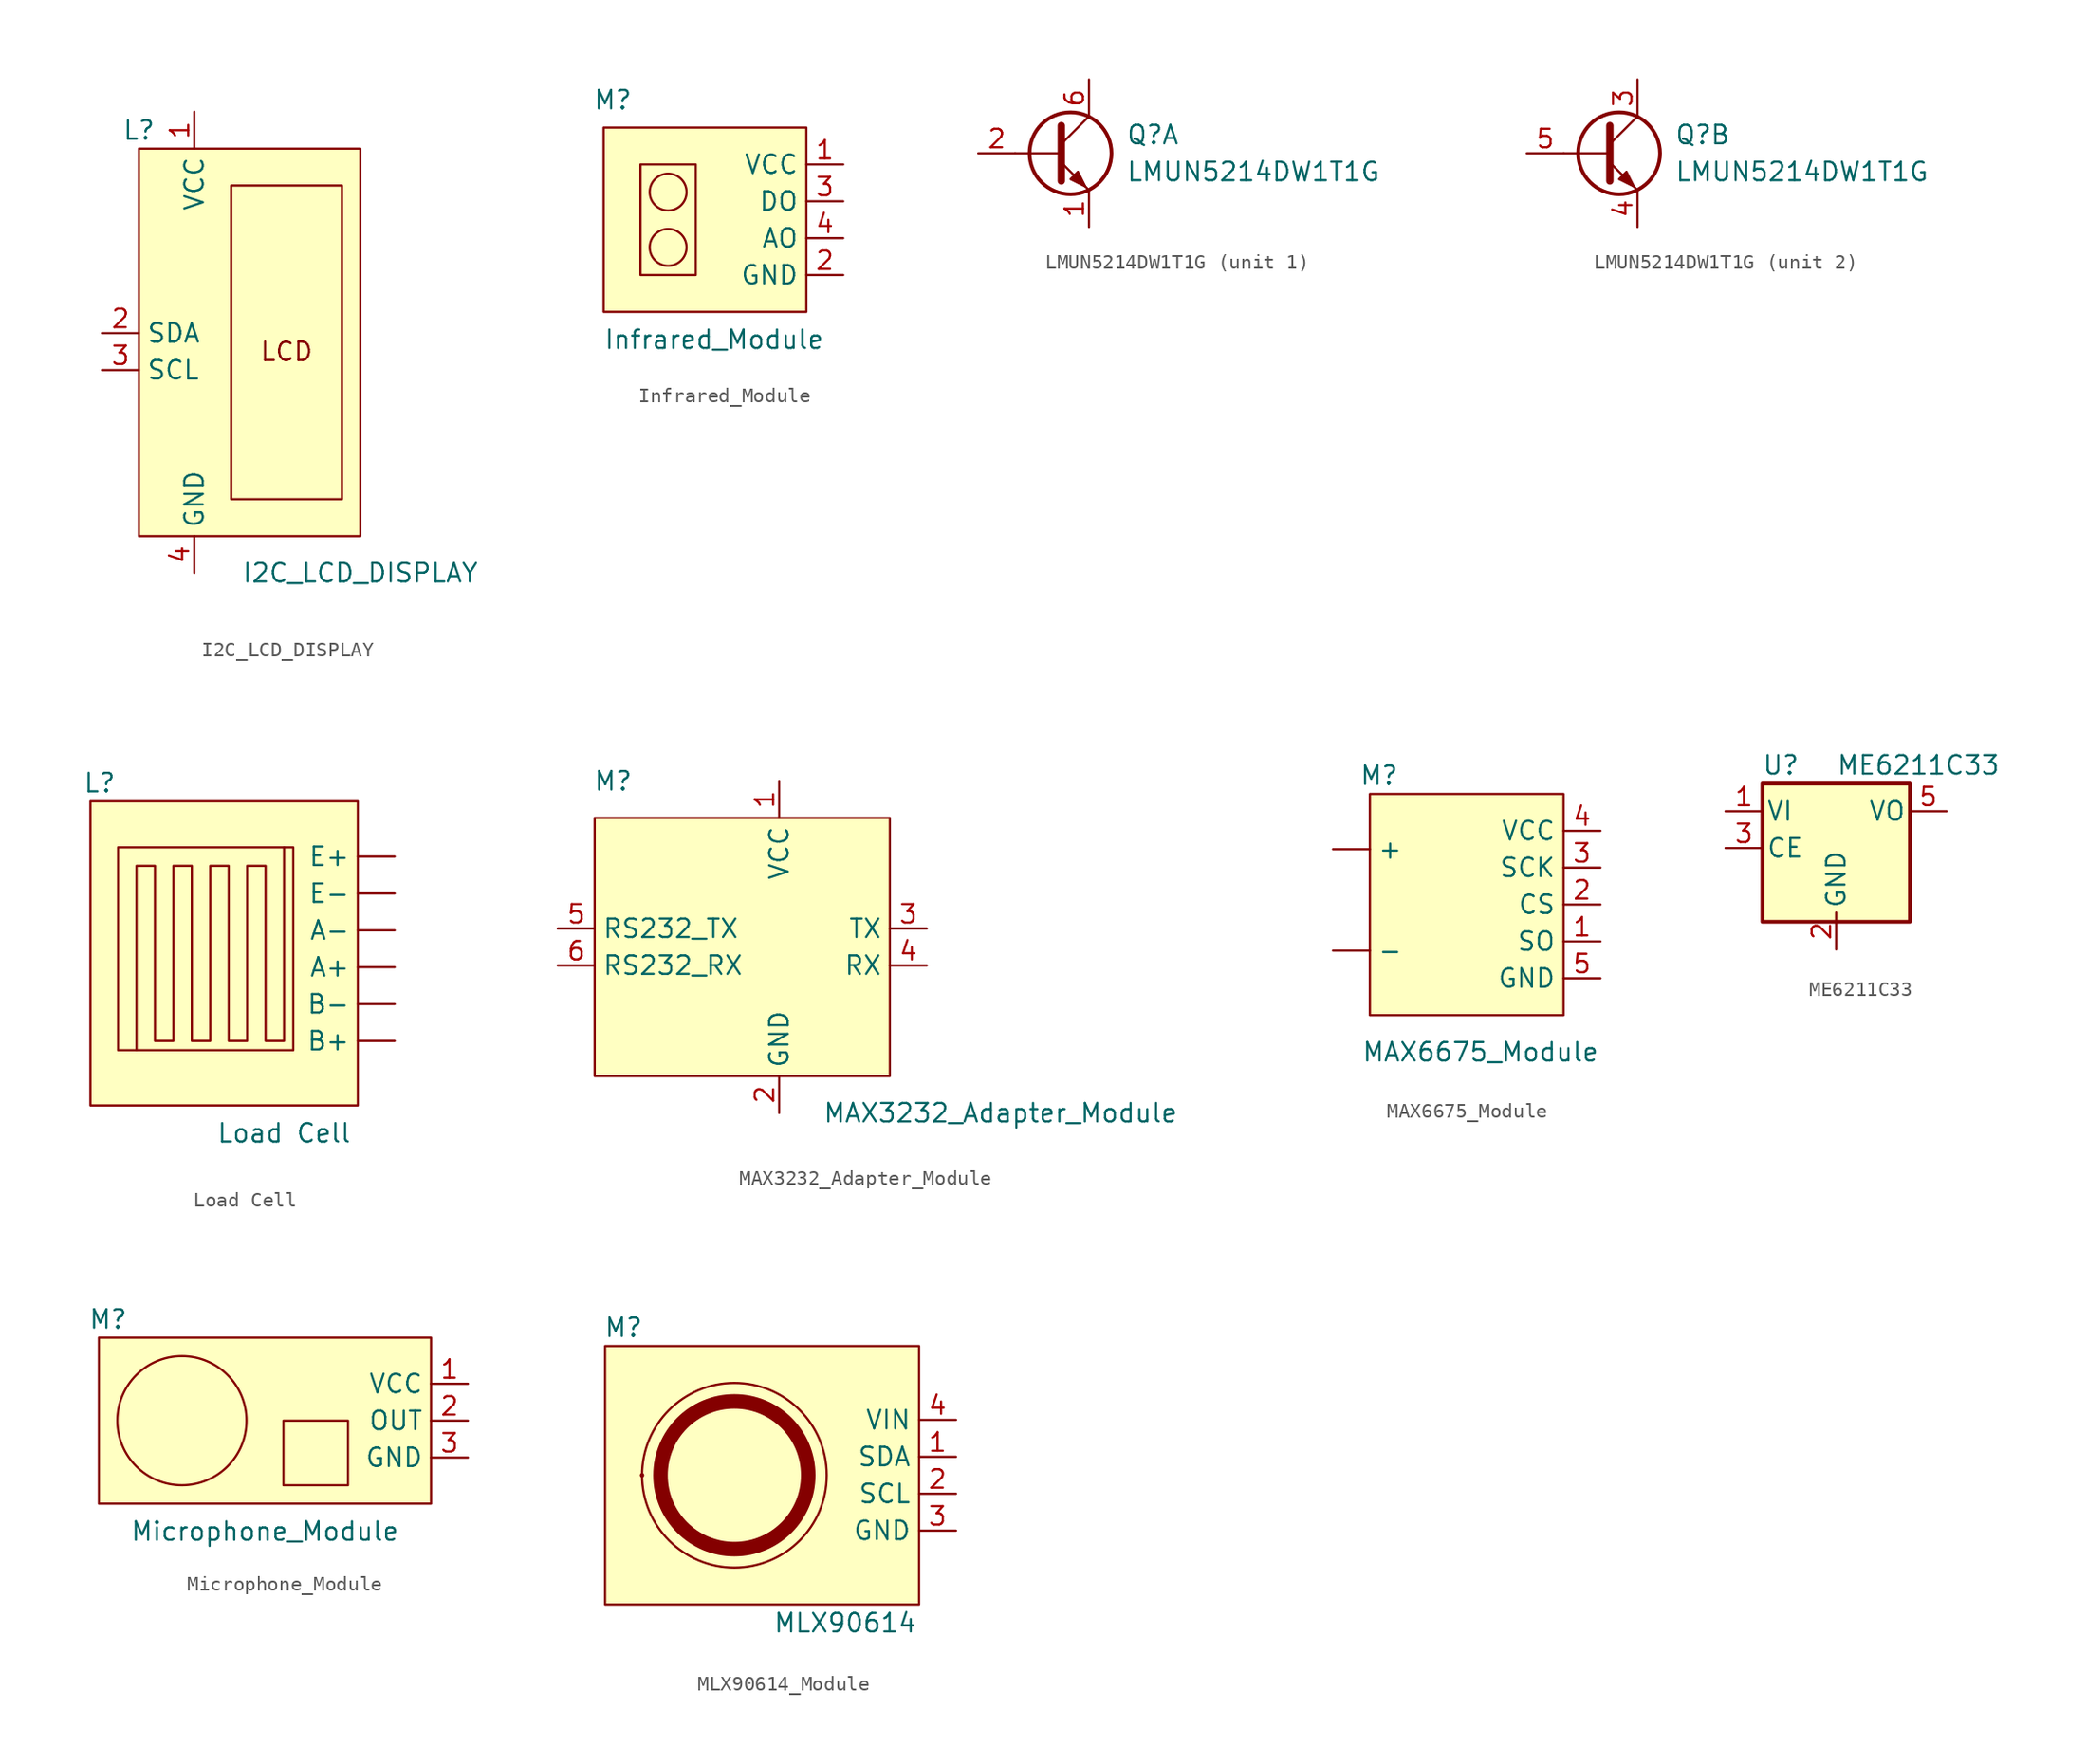
<source format=kicad_sym>
(kicad_symbol_lib
  (version 20220914)
  (generator kicad_symbol_editor)
  (symbol "I2C_LCD_DISPLAY"
    (property "Reference" "L"
      (at -5.08 16.51 0)
      (effects (font (size 1.27 1.27))))
    (property "Value" "I2C_LCD_DISPLAY"
      (at 10.16 -13.97 0)
      (effects (font (size 1.27 1.27))))
    (symbol "I2C_LCD_DISPLAY_0_0"
      (text "LCD" (at 5.08 1.27 0) (effects (font (size 1.27 1.27)))))
    (symbol "I2C_LCD_DISPLAY_0_1"
      (rectangle (start -5.08 15.24) (end 10.16 -11.43) (stroke (width 0.152) (type default)) (fill (type background)))
      (rectangle (start 1.27 12.7) (end 8.89 -8.89) (stroke (width 0.152) (type default)) (fill (type none))))
    (symbol "I2C_LCD_DISPLAY_1_1"
      (pin input line (at -1.27 17.78 270) (length 2.54) (name "VCC" (effects (font (size 1.27 1.27)))) (number "1" (effects (font (size 1.27 1.27)))))
      (pin input line (at -7.62 2.54 0) (length 2.54) (name "SDA" (effects (font (size 1.27 1.27)))) (number "2" (effects (font (size 1.27 1.27)))))
      (pin input line (at -7.62 0 0) (length 2.54) (name "SCL" (effects (font (size 1.27 1.27)))) (number "3" (effects (font (size 1.27 1.27)))))
      (pin input line (at -1.27 -13.97 90) (length 2.54) (name "GND" (effects (font (size 1.27 1.27)))) (number "4" (effects (font (size 1.27 1.27)))))))
  (symbol "Infrared_Module"
    (property "Reference" "M"
      (at -7.62 7.62 0)
      (effects (font (size 1.27 1.27))))
    (property "Value" "Infrared_Module"
      (at -0.635 -8.89 0)
      (effects (font (size 1.27 1.27))))
    (symbol "Infrared_Module_0_1"
      (rectangle (start -8.255 5.715) (end 5.715 -6.985) (stroke (width 0.152) (type default)) (fill (type background)))
      (rectangle (start -5.715 3.175) (end -1.905 -4.445) (stroke (width 0.152) (type default)) (fill (type none)))
      (circle (center -3.81 -2.54) (radius 1.27) (stroke (width 0.152) (type default)) (fill (type none)))
      (circle (center -3.81 1.27) (radius 1.27) (stroke (width 0.152) (type default)) (fill (type none))))
    (symbol "Infrared_Module_1_1"
      (pin input line (at 8.255 3.175 180) (length 2.54) (name "VCC" (effects (font (size 1.27 1.27)))) (number "1" (effects (font (size 1.27 1.27)))))
      (pin input line (at 8.255 -4.445 180) (length 2.54) (name "GND" (effects (font (size 1.27 1.27)))) (number "2" (effects (font (size 1.27 1.27)))))
      (pin input line (at 8.255 0.635 180) (length 2.54) (name "DO" (effects (font (size 1.27 1.27)))) (number "3" (effects (font (size 1.27 1.27)))))
      (pin input line (at 8.255 -1.905 180) (length 2.54) (name "AO" (effects (font (size 1.27 1.27)))) (number "4" (effects (font (size 1.27 1.27)))))))
  (symbol "LMUN5214DW1T1G"
    (pin_names
      (offset 0) hide)
    (property "Reference" "Q"
      (at 5.08 1.27 0)
      (effects (font (size 1.27 1.27)) (justify left)))
    (property "Value" "LMUN5214DW1T1G"
      (at 5.08 -1.27 0)
      (effects (font (size 1.27 1.27)) (justify left)))
    (property "ki_locked" ""
      (at 0 0 0)
      (effects (font (size 1.27 1.27))))
    (symbol "LMUN5214DW1T1G_0_1"
      (polyline (pts (xy 0.635 0) (xy -2.54 0)) (stroke (width 0) (type default)) (fill (type none)))
      (polyline (pts (xy 0.635 0.635) (xy 2.54 2.54)) (stroke (width 0) (type default)) (fill (type none)))
      (polyline (pts (xy 0.635 -0.635) (xy 2.54 -2.54) (xy 2.54 -2.54)) (stroke (width 0) (type default)) (fill (type none)))
      (polyline (pts (xy 0.635 1.905) (xy 0.635 -1.905) (xy 0.635 -1.905)) (stroke (width 0.508) (type default)) (fill (type none)))
      (polyline (pts (xy 1.27 -1.778) (xy 1.778 -1.27) (xy 2.286 -2.286) (xy 1.27 -1.778) (xy 1.27 -1.778)) (stroke (width 0) (type default)) (fill (type outline)))
      (circle (center 1.27 0) (radius 2.819) (stroke (width 0.254) (type default)) (fill (type none))))
    (symbol "LMUN5214DW1T1G_1_1"
      (pin passive line (at 2.54 -5.08 90) (length 2.54) (name "E1" (effects (font (size 1.27 1.27)))) (number "1" (effects (font (size 1.27 1.27)))))
      (pin input line (at -5.08 0 0) (length 2.54) (name "B1" (effects (font (size 1.27 1.27)))) (number "2" (effects (font (size 1.27 1.27)))))
      (pin passive line (at 2.54 5.08 270) (length 2.54) (name "C1" (effects (font (size 1.27 1.27)))) (number "6" (effects (font (size 1.27 1.27))))))
    (symbol "LMUN5214DW1T1G_2_1"
      (pin passive line (at 2.54 5.08 270) (length 2.54) (name "C2" (effects (font (size 1.27 1.27)))) (number "3" (effects (font (size 1.27 1.27)))))
      (pin passive line (at 2.54 -5.08 90) (length 2.54) (name "E2" (effects (font (size 1.27 1.27)))) (number "4" (effects (font (size 1.27 1.27)))))
      (pin input line (at -5.08 0 0) (length 2.54) (name "B2" (effects (font (size 1.27 1.27)))) (number "5" (effects (font (size 1.27 1.27)))))))
  (symbol "Load Cell"
    (property "Reference" "L"
      (at -12.065 12.065 0)
      (effects (font (size 1.27 1.27))))
    (property "Value" "Load Cell"
      (at 0.635 -12.065 0)
      (effects (font (size 1.27 1.27))))
    (symbol "Load Cell_0_1"
      (rectangle (start -12.7 10.795) (end 5.715 -10.16) (stroke (width 0.152) (type default)) (fill (type background)))
      (rectangle (start -10.795 7.62) (end 1.27 -6.35) (stroke (width 0.152) (type default)) (fill (type none)))
      (polyline (pts (xy -9.525 -6.35) (xy -9.525 6.35) (xy -8.255 6.35) (xy -8.255 -5.715) (xy -6.985 -5.715) (xy -6.985 6.35) (xy -5.715 6.35) (xy -5.715 -5.715) (xy -4.445 -5.715) (xy -4.445 6.35) (xy -3.175 6.35) (xy -3.175 -5.715) (xy -1.905 -5.715) (xy -1.905 6.35) (xy -0.635 6.35) (xy -0.635 -5.715) (xy 0.635 -5.715) (xy 0.635 7.62)) (stroke (width 0.152) (type default)) (fill (type none))))
    (symbol "Load Cell_1_1"
      (pin input line (at 8.255 -0.635 180) (length 2.54) (name "A+" (effects (font (size 1.27 1.27)))) (number "" (effects (font (size 1.27 1.27)))))
      (pin input line (at 8.255 1.905 180) (length 2.54) (name "A-" (effects (font (size 1.27 1.27)))) (number "" (effects (font (size 1.27 1.27)))))
      (pin input line (at 8.255 -5.715 180) (length 2.54) (name "B+" (effects (font (size 1.27 1.27)))) (number "" (effects (font (size 1.27 1.27)))))
      (pin input line (at 8.255 -3.175 180) (length 2.54) (name "B-" (effects (font (size 1.27 1.27)))) (number "" (effects (font (size 1.27 1.27)))))
      (pin input line (at 8.255 6.985 180) (length 2.54) (name "E+" (effects (font (size 1.27 1.27)))) (number "" (effects (font (size 1.27 1.27)))))
      (pin input line (at 8.255 4.445 180) (length 2.54) (name "E-" (effects (font (size 1.27 1.27)))) (number "" (effects (font (size 1.27 1.27)))))))
  (symbol "MAX3232_Adapter_Module"
    (property "Reference" "M"
      (at -11.43 11.43 0)
      (effects (font (size 1.27 1.27))))
    (property "Value" "MAX3232_Adapter_Module"
      (at 15.24 -11.43 0)
      (effects (font (size 1.27 1.27))))
    (symbol "MAX3232_Adapter_Module_1_1"
      (rectangle (start -12.7 8.89) (end 7.62 -8.89) (stroke (width 0) (type default)) (fill (type background)))
      (pin input line (at 0 11.43 270) (length 2.54) (name "VCC" (effects (font (size 1.27 1.27)))) (number "1" (effects (font (size 1.27 1.27)))))
      (pin input line (at 0 -11.43 90) (length 2.54) (name "GND" (effects (font (size 1.27 1.27)))) (number "2" (effects (font (size 1.27 1.27)))))
      (pin input line (at 10.16 1.27 180) (length 2.54) (name "TX" (effects (font (size 1.27 1.27)))) (number "3" (effects (font (size 1.27 1.27)))))
      (pin input line (at 10.16 -1.27 180) (length 2.54) (name "RX" (effects (font (size 1.27 1.27)))) (number "4" (effects (font (size 1.27 1.27)))))
      (pin input line (at -15.24 1.27 0) (length 2.54) (name "RS232_TX" (effects (font (size 1.27 1.27)))) (number "5" (effects (font (size 1.27 1.27)))))
      (pin input line (at -15.24 -1.27 0) (length 2.54) (name "RS232_RX" (effects (font (size 1.27 1.27)))) (number "6" (effects (font (size 1.27 1.27)))))))
  (symbol "MAX6675_Module"
    (property "Reference" "M"
      (at -6.35 9.525 0)
      (effects (font (size 1.27 1.27))))
    (property "Value" "MAX6675_Module"
      (at 0.635 -9.525 0)
      (effects (font (size 1.27 1.27))))
    (symbol "MAX6675_Module_0_1"
      (rectangle (start -6.985 8.255) (end 6.35 -6.985) (stroke (width 0.152) (type default)) (fill (type background))))
    (symbol "MAX6675_Module_1_1"
      (pin input line (at -9.525 4.445 0) (length 2.54) (name "+" (effects (font (size 1.27 1.27)))) (number "" (effects (font (size 1.27 1.27)))))
      (pin input line (at -9.525 -2.54 0) (length 2.54) (name "-" (effects (font (size 1.27 1.27)))) (number "" (effects (font (size 1.27 1.27)))))
      (pin input line (at 8.89 -1.905 180) (length 2.54) (name "SO" (effects (font (size 1.27 1.27)))) (number "1" (effects (font (size 1.27 1.27)))))
      (pin input line (at 8.89 0.635 180) (length 2.54) (name "CS" (effects (font (size 1.27 1.27)))) (number "2" (effects (font (size 1.27 1.27)))))
      (pin input line (at 8.89 3.175 180) (length 2.54) (name "SCK" (effects (font (size 1.27 1.27)))) (number "3" (effects (font (size 1.27 1.27)))))
      (pin input line (at 8.89 5.715 180) (length 2.54) (name "VCC" (effects (font (size 1.27 1.27)))) (number "4" (effects (font (size 1.27 1.27)))))
      (pin input line (at 8.89 -4.445 180) (length 2.54) (name "GND" (effects (font (size 1.27 1.27)))) (number "5" (effects (font (size 1.27 1.27)))))))
  (symbol "ME6211C33"
    (pin_names
      (offset 0.254))
    (property "Reference" "U"
      (at -3.81 3.175 0)
      (effects (font (size 1.27 1.27))))
    (property "Value" "ME6211C33"
      (at 0 3.175 0)
      (effects (font (size 1.27 1.27)) (justify left)))
    (symbol "ME6211C33_0_1"
      (rectangle (start -5.08 1.905) (end 5.08 -7.62) (stroke (width 0.254) (type default)) (fill (type background))))
    (symbol "ME6211C33_1_1"
      (pin power_in line (at -7.62 0 0) (length 2.54) (name "VI" (effects (font (size 1.27 1.27)))) (number "1" (effects (font (size 1.27 1.27)))))
      (pin power_in line (at 0 -9.525 90) (length 2.54) (name "GND" (effects (font (size 1.27 1.27)))) (number "2" (effects (font (size 1.27 1.27)))))
      (pin power_in line (at -7.62 -2.54 0) (length 2.54) (name "CE" (effects (font (size 1.27 1.27)))) (number "3" (effects (font (size 1.27 1.27)))))
      (pin power_out line (at 7.62 -5.715 180) (length 2.54) hide (name "VO" (effects (font (size 1.27 1.27)))) (number "4" (effects (font (size 1.27 1.27)))))
      (pin power_out line (at 7.62 0 180) (length 2.54) (name "VO" (effects (font (size 1.27 1.27)))) (number "5" (effects (font (size 1.27 1.27)))))))
  (symbol "Microphone_Module"
    (property "Reference" "M"
      (at -13.335 6.985 0)
      (effects (font (size 1.27 1.27))))
    (property "Value" "Microphone_Module"
      (at -2.54 -7.62 0)
      (effects (font (size 1.27 1.27))))
    (symbol "Microphone_Module_0_1"
      (rectangle (start -13.97 5.715) (end 8.89 -5.715) (stroke (width 0) (type default)) (fill (type background)))
      (circle (center -8.255 0) (radius 4.445) (stroke (width 0.152) (type default)) (fill (type none)))
      (rectangle (start -1.27 0) (end 3.175 -4.445) (stroke (width 0.152) (type default)) (fill (type none))))
    (symbol "Microphone_Module_1_1"
      (pin input line (at 11.43 2.54 180) (length 2.54) (name "VCC" (effects (font (size 1.27 1.27)))) (number "1" (effects (font (size 1.27 1.27)))))
      (pin input line (at 11.43 0 180) (length 2.54) (name "OUT" (effects (font (size 1.27 1.27)))) (number "2" (effects (font (size 1.27 1.27)))))
      (pin input line (at 11.43 -2.54 180) (length 2.54) (name "GND" (effects (font (size 1.27 1.27)))) (number "3" (effects (font (size 1.27 1.27)))))))
  (symbol "MLX90614_Module"
    (property "Reference" "M"
      (at -13.97 10.16 0)
      (effects (font (size 1.27 1.27))))
    (property "Value" "MLX90614"
      (at 1.27 -10.16 0)
      (effects (font (size 1.27 1.27))))
    (symbol "MLX90614_Module_1_1"
      (rectangle (start -15.24 8.89) (end 6.35 -8.89) (stroke (width 0) (type default)) (fill (type background)))
      (circle (center -12.7 0) (radius 0.0001) (stroke (width 0) (type default)) (fill (type none)))
      (circle (center -6.35 0) (radius 5.08) (stroke (width 1) (type default)) (fill (type none)))
      (circle (center -6.35 0) (radius 6.35) (stroke (width 0) (type default)) (fill (type none)))
      (pin bidirectional line (at 8.89 1.27 180) (length 2.54) (name "SDA" (effects (font (size 1.27 1.27)))) (number "1" (effects (font (size 1.27 1.27)))))
      (pin bidirectional line (at 8.89 -1.27 180) (length 2.54) (name "SCL" (effects (font (size 1.27 1.27)))) (number "2" (effects (font (size 1.27 1.27)))))
      (pin power_in line (at 8.89 -3.81 180) (length 2.54) (name "GND" (effects (font (size 1.27 1.27)))) (number "3" (effects (font (size 1.27 1.27)))))
      (pin power_in line (at 8.89 3.81 180) (length 2.54) (name "VIN" (effects (font (size 1.27 1.27)))) (number "4" (effects (font (size 1.27 1.27))))))))
</source>
